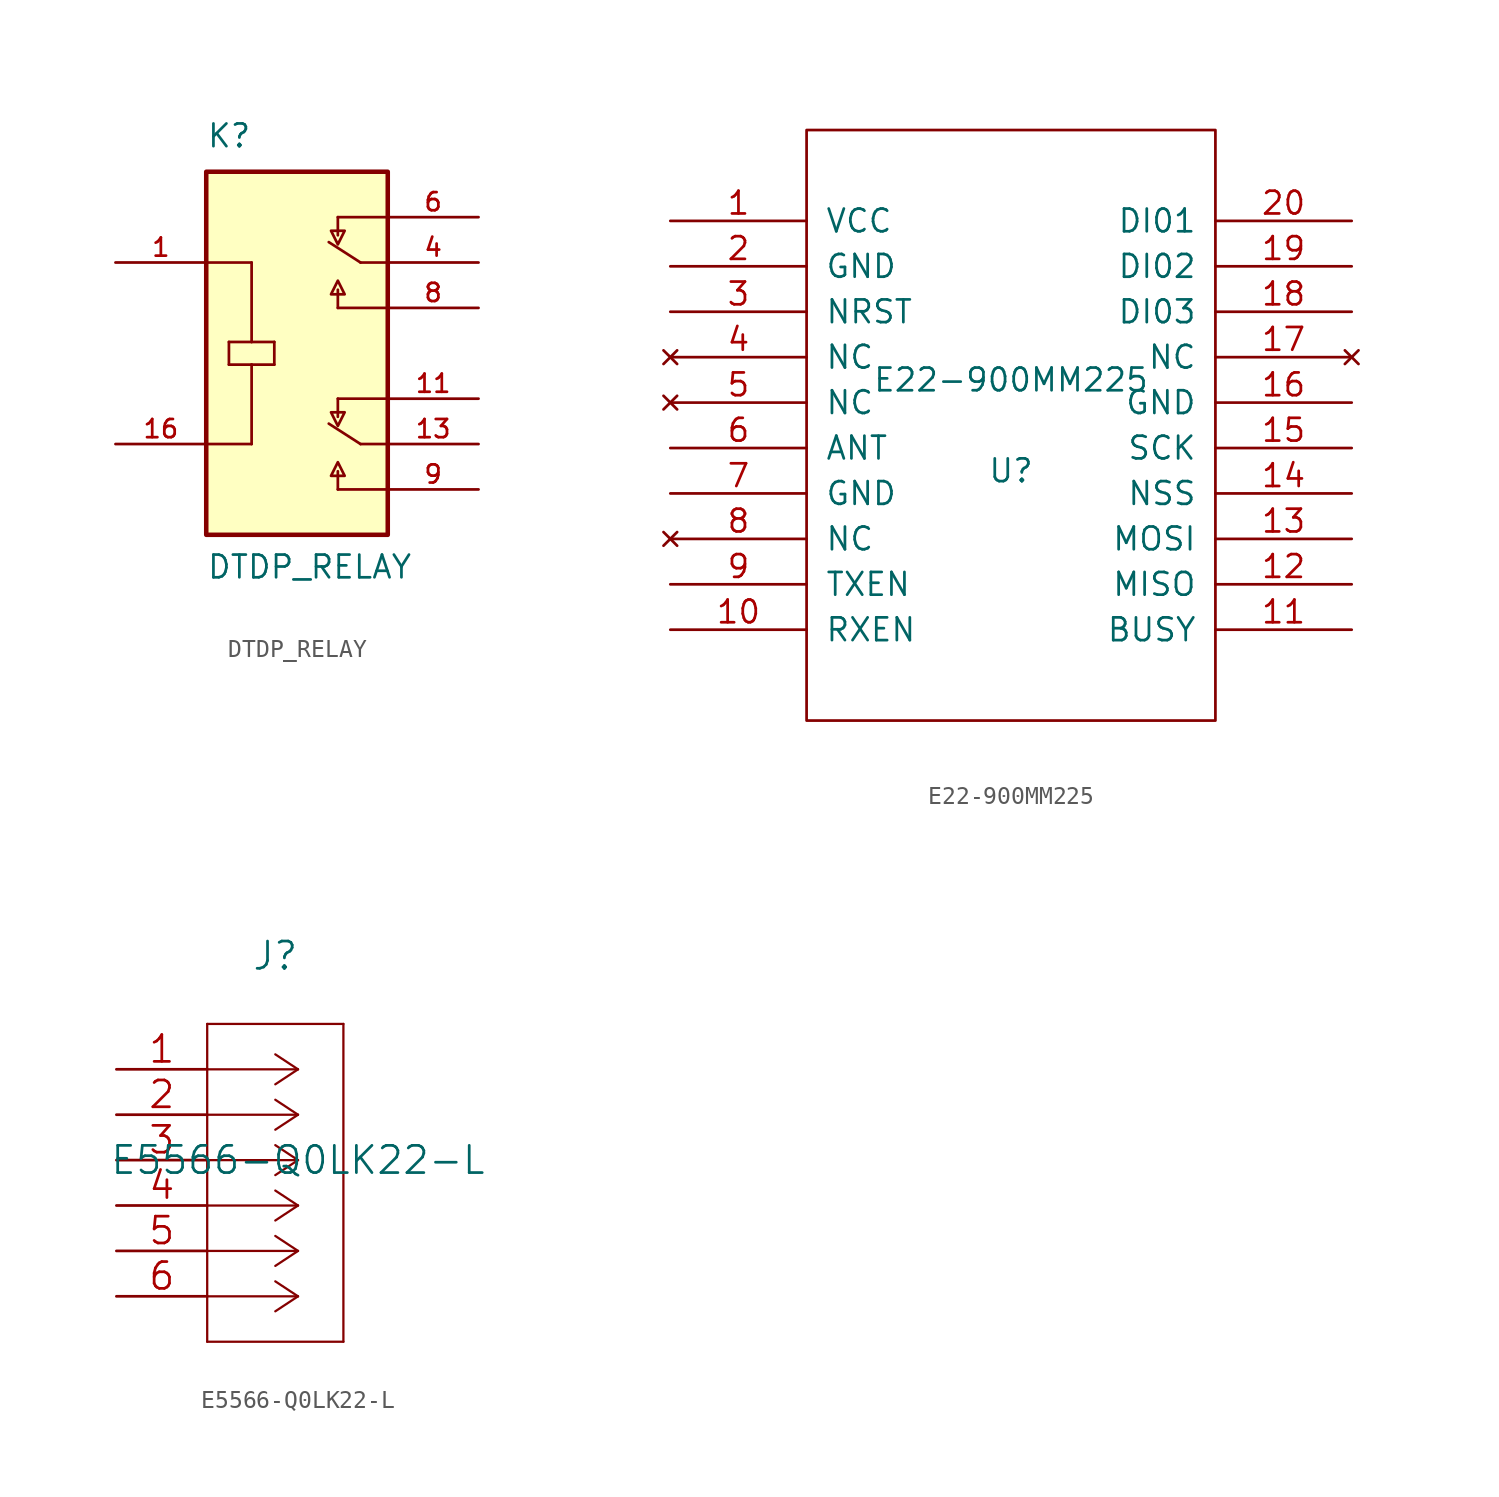
<source format=kicad_sym>
(kicad_symbol_lib
  (version 20220914)
  (generator kicad_symbol_editor)
  (symbol "DTDP_RELAY"
    (pin_names
      (offset 1.016) hide)
    (property "Reference" "K"
      (at -5.08 11.43 0)
      (effects (font (size 1.27 1.27)) (justify left bottom)))
    (property "Value" "DTDP_RELAY"
      (at -5.08 -12.7 0)
      (effects (font (size 1.27 1.27)) (justify left bottom)))
    (symbol "DTDP_RELAY_0_0"
      (rectangle (start -5.08 -10.16) (end 5.08 10.16) (stroke (width 0.254) (type solid)) (fill (type background)))
      (polyline (pts (xy -5.08 -5.08) (xy -2.54 -5.08)) (stroke (width 0.152) (type solid)) (fill (type none)))
      (polyline (pts (xy -5.08 5.08) (xy -2.54 5.08)) (stroke (width 0.152) (type solid)) (fill (type none)))
      (polyline (pts (xy -3.81 -0.635) (xy -3.81 0.635)) (stroke (width 0.152) (type solid)) (fill (type none)))
      (polyline (pts (xy -3.81 0.635) (xy -2.54 0.635)) (stroke (width 0.152) (type solid)) (fill (type none)))
      (polyline (pts (xy -2.54 -0.635) (xy -3.81 -0.635)) (stroke (width 0.152) (type solid)) (fill (type none)))
      (polyline (pts (xy -2.54 -0.635) (xy -2.54 -5.08)) (stroke (width 0.152) (type solid)) (fill (type none)))
      (polyline (pts (xy -2.54 0.635) (xy -1.27 0.635)) (stroke (width 0.152) (type solid)) (fill (type none)))
      (polyline (pts (xy -2.54 5.08) (xy -2.54 0.635)) (stroke (width 0.152) (type solid)) (fill (type none)))
      (polyline (pts (xy -1.27 -0.635) (xy -2.54 -0.635)) (stroke (width 0.152) (type solid)) (fill (type none)))
      (polyline (pts (xy -1.27 0.635) (xy -1.27 -0.635)) (stroke (width 0.152) (type solid)) (fill (type none)))
      (polyline (pts (xy 2.286 -7.62) (xy 2.286 -6.604)) (stroke (width 0.152) (type solid)) (fill (type none)))
      (polyline (pts (xy 2.286 -7.62) (xy 5.08 -7.62)) (stroke (width 0.152) (type solid)) (fill (type none)))
      (polyline (pts (xy 2.286 -2.54) (xy 2.286 -3.556)) (stroke (width 0.152) (type solid)) (fill (type none)))
      (polyline (pts (xy 2.286 -2.54) (xy 5.08 -2.54)) (stroke (width 0.152) (type solid)) (fill (type none)))
      (polyline (pts (xy 2.286 2.54) (xy 2.286 3.556)) (stroke (width 0.152) (type solid)) (fill (type none)))
      (polyline (pts (xy 2.286 2.54) (xy 5.08 2.54)) (stroke (width 0.152) (type solid)) (fill (type none)))
      (polyline (pts (xy 2.286 7.62) (xy 2.286 6.604)) (stroke (width 0.152) (type solid)) (fill (type none)))
      (polyline (pts (xy 2.286 7.62) (xy 5.08 7.62)) (stroke (width 0.152) (type solid)) (fill (type none)))
      (polyline (pts (xy 3.556 -5.08) (xy 1.778 -3.937)) (stroke (width 0.152) (type solid)) (fill (type none)))
      (polyline (pts (xy 3.556 5.08) (xy 1.778 6.223)) (stroke (width 0.152) (type solid)) (fill (type none)))
      (polyline (pts (xy 5.08 -5.08) (xy 3.556 -5.08)) (stroke (width 0.152) (type solid)) (fill (type none)))
      (polyline (pts (xy 5.08 5.08) (xy 3.556 5.08)) (stroke (width 0.152) (type solid)) (fill (type none)))
      (polyline (pts (xy 2.667 -6.858) (xy 1.905 -6.858) (xy 2.286 -6.096) (xy 2.667 -6.858)) (stroke (width 0.152) (type solid)) (fill (type background)))
      (polyline (pts (xy 2.667 -3.302) (xy 1.905 -3.302) (xy 2.286 -4.064) (xy 2.667 -3.302)) (stroke (width 0.152) (type solid)) (fill (type background)))
      (polyline (pts (xy 2.667 3.302) (xy 1.905 3.302) (xy 2.286 4.064) (xy 2.667 3.302)) (stroke (width 0.152) (type solid)) (fill (type background)))
      (polyline (pts (xy 2.667 6.858) (xy 1.905 6.858) (xy 2.286 6.096) (xy 2.667 6.858)) (stroke (width 0.152) (type solid)) (fill (type background)))
      (pin passive line (at -10.16 5.08 0) (length 5.08) (name "~" (effects (font (size 1.016 1.016)))) (number "1" (effects (font (size 1.016 1.016)))))
      (pin passive line (at 10.16 -2.54 180) (length 5.08) (name "~" (effects (font (size 1.016 1.016)))) (number "11" (effects (font (size 1.016 1.016)))))
      (pin passive line (at 10.16 -5.08 180) (length 5.08) (name "~" (effects (font (size 1.016 1.016)))) (number "13" (effects (font (size 1.016 1.016)))))
      (pin passive line (at -10.16 -5.08 0) (length 5.08) (name "~" (effects (font (size 1.016 1.016)))) (number "16" (effects (font (size 1.016 1.016)))))
      (pin passive line (at 10.16 5.08 180) (length 5.08) (name "~" (effects (font (size 1.016 1.016)))) (number "4" (effects (font (size 1.016 1.016)))))
      (pin passive line (at 10.16 7.62 180) (length 5.08) (name "~" (effects (font (size 1.016 1.016)))) (number "6" (effects (font (size 1.016 1.016)))))
      (pin passive line (at 10.16 2.54 180) (length 5.08) (name "~" (effects (font (size 1.016 1.016)))) (number "8" (effects (font (size 1.016 1.016)))))
      (pin passive line (at 10.16 -7.62 180) (length 5.08) (name "~" (effects (font (size 1.016 1.016)))) (number "9" (effects (font (size 1.016 1.016)))))))
  (symbol "E22-900MM225"
    (pin_names
      (offset 1.016))
    (property "Reference" "U"
      (at 0 -2.54 0)
      (effects (font (size 1.27 1.27))))
    (property "Value" "E22-900MM225"
      (at 0 2.54 0)
      (effects (font (size 1.27 1.27))))
    (symbol "E22-900MM225_1_0"
      (rectangle (start -11.43 -16.51) (end 11.43 16.51) (stroke (width 0) (type solid)) (fill (type none))))
    (symbol "E22-900MM225_1_1"
      (pin power_in line (at -19.05 11.43 0) (length 7.62) (name "VCC" (effects (font (size 1.27 1.27)))) (number "1" (effects (font (size 1.27 1.27)))))
      (pin input line (at -19.05 -11.43 0) (length 7.62) (name "RXEN" (effects (font (size 1.27 1.27)))) (number "10" (effects (font (size 1.27 1.27)))))
      (pin output line (at 19.05 -11.43 180) (length 7.62) (name "BUSY" (effects (font (size 1.27 1.27)))) (number "11" (effects (font (size 1.27 1.27)))))
      (pin output line (at 19.05 -8.89 180) (length 7.62) (name "MISO" (effects (font (size 1.27 1.27)))) (number "12" (effects (font (size 1.27 1.27)))))
      (pin input line (at 19.05 -6.35 180) (length 7.62) (name "MOSI" (effects (font (size 1.27 1.27)))) (number "13" (effects (font (size 1.27 1.27)))))
      (pin input line (at 19.05 -3.81 180) (length 7.62) (name "NSS" (effects (font (size 1.27 1.27)))) (number "14" (effects (font (size 1.27 1.27)))))
      (pin input line (at 19.05 -1.27 180) (length 7.62) (name "SCK" (effects (font (size 1.27 1.27)))) (number "15" (effects (font (size 1.27 1.27)))))
      (pin power_in line (at 19.05 1.27 180) (length 7.62) (name "GND" (effects (font (size 1.27 1.27)))) (number "16" (effects (font (size 1.27 1.27)))))
      (pin no_connect line (at 19.05 3.81 180) (length 7.62) (name "NC" (effects (font (size 1.27 1.27)))) (number "17" (effects (font (size 1.27 1.27)))))
      (pin bidirectional line (at 19.05 6.35 180) (length 7.62) (name "DI03" (effects (font (size 1.27 1.27)))) (number "18" (effects (font (size 1.27 1.27)))))
      (pin bidirectional line (at 19.05 8.89 180) (length 7.62) (name "DI02" (effects (font (size 1.27 1.27)))) (number "19" (effects (font (size 1.27 1.27)))))
      (pin power_in line (at -19.05 8.89 0) (length 7.62) (name "GND" (effects (font (size 1.27 1.27)))) (number "2" (effects (font (size 1.27 1.27)))))
      (pin bidirectional line (at 19.05 11.43 180) (length 7.62) (name "DI01" (effects (font (size 1.27 1.27)))) (number "20" (effects (font (size 1.27 1.27)))))
      (pin input line (at -19.05 6.35 0) (length 7.62) (name "NRST" (effects (font (size 1.27 1.27)))) (number "3" (effects (font (size 1.27 1.27)))))
      (pin no_connect line (at -19.05 3.81 0) (length 7.62) (name "NC" (effects (font (size 1.27 1.27)))) (number "4" (effects (font (size 1.27 1.27)))))
      (pin no_connect line (at -19.05 1.27 0) (length 7.62) (name "NC" (effects (font (size 1.27 1.27)))) (number "5" (effects (font (size 1.27 1.27)))))
      (pin bidirectional line (at -19.05 -1.27 0) (length 7.62) (name "ANT" (effects (font (size 1.27 1.27)))) (number "6" (effects (font (size 1.27 1.27)))))
      (pin power_in line (at -19.05 -3.81 0) (length 7.62) (name "GND" (effects (font (size 1.27 1.27)))) (number "7" (effects (font (size 1.27 1.27)))))
      (pin no_connect line (at -19.05 -6.35 0) (length 7.62) (name "NC" (effects (font (size 1.27 1.27)))) (number "8" (effects (font (size 1.27 1.27)))))
      (pin input line (at -19.05 -8.89 0) (length 7.62) (name "TXEN" (effects (font (size 1.27 1.27)))) (number "9" (effects (font (size 1.27 1.27)))))))
  (symbol "E5566-Q0LK22-L"
    (pin_names
      (offset 0.254) hide)
    (property "Reference" "J"
      (at -1.27 11.43 0)
      (effects (font (size 1.524 1.524))))
    (property "Value" "E5566-Q0LK22-L"
      (at 0 0 0)
      (effects (font (size 1.524 1.524))))
    (property "Datasheet" ""
      (at 0 0 0)
      (effects (font (size 1.524 1.524))))
    (property "ki_locked" ""
      (at 0 0 0)
      (effects (font (size 1.27 1.27))))
    (symbol "E5566-Q0LK22-L_1_1"
      (polyline (pts (xy -5.08 -10.16) (xy 2.54 -10.16)) (stroke (width 0.127) (type solid)) (fill (type none)))
      (polyline (pts (xy -5.08 7.62) (xy -5.08 -10.16)) (stroke (width 0.127) (type solid)) (fill (type none)))
      (polyline (pts (xy 0 -7.62) (xy -5.08 -7.62)) (stroke (width 0.127) (type solid)) (fill (type none)))
      (polyline (pts (xy 0 -7.62) (xy -1.27 -8.458)) (stroke (width 0.127) (type solid)) (fill (type none)))
      (polyline (pts (xy 0 -7.62) (xy -1.27 -6.782)) (stroke (width 0.127) (type solid)) (fill (type none)))
      (polyline (pts (xy 0 -5.08) (xy -5.08 -5.08)) (stroke (width 0.127) (type solid)) (fill (type none)))
      (polyline (pts (xy 0 -5.08) (xy -1.27 -5.918)) (stroke (width 0.127) (type solid)) (fill (type none)))
      (polyline (pts (xy 0 -5.08) (xy -1.27 -4.242)) (stroke (width 0.127) (type solid)) (fill (type none)))
      (polyline (pts (xy 0 -2.54) (xy -5.08 -2.54)) (stroke (width 0.127) (type solid)) (fill (type none)))
      (polyline (pts (xy 0 -2.54) (xy -1.27 -3.378)) (stroke (width 0.127) (type solid)) (fill (type none)))
      (polyline (pts (xy 0 -2.54) (xy -1.27 -1.702)) (stroke (width 0.127) (type solid)) (fill (type none)))
      (polyline (pts (xy 0 0) (xy -5.08 0)) (stroke (width 0.127) (type solid)) (fill (type none)))
      (polyline (pts (xy 0 0) (xy -1.27 -0.838)) (stroke (width 0.127) (type solid)) (fill (type none)))
      (polyline (pts (xy 0 0) (xy -1.27 0.838)) (stroke (width 0.127) (type solid)) (fill (type none)))
      (polyline (pts (xy 0 2.54) (xy -5.08 2.54)) (stroke (width 0.127) (type solid)) (fill (type none)))
      (polyline (pts (xy 0 2.54) (xy -1.27 1.702)) (stroke (width 0.127) (type solid)) (fill (type none)))
      (polyline (pts (xy 0 2.54) (xy -1.27 3.378)) (stroke (width 0.127) (type solid)) (fill (type none)))
      (polyline (pts (xy 0 5.08) (xy -5.08 5.08)) (stroke (width 0.127) (type solid)) (fill (type none)))
      (polyline (pts (xy 0 5.08) (xy -1.27 4.242)) (stroke (width 0.127) (type solid)) (fill (type none)))
      (polyline (pts (xy 0 5.08) (xy -1.27 5.918)) (stroke (width 0.127) (type solid)) (fill (type none)))
      (polyline (pts (xy 2.54 -10.16) (xy 2.54 7.62)) (stroke (width 0.127) (type solid)) (fill (type none)))
      (polyline (pts (xy 2.54 7.62) (xy -5.08 7.62)) (stroke (width 0.127) (type solid)) (fill (type none)))
      (pin unspecified line (at -10.16 5.08 0) (length 5.08) (name "1" (effects (font (size 1.499 1.499)))) (number "1" (effects (font (size 1.499 1.499)))))
      (pin unspecified line (at -10.16 2.54 0) (length 5.08) (name "2" (effects (font (size 1.499 1.499)))) (number "2" (effects (font (size 1.499 1.499)))))
      (pin unspecified line (at -10.16 0 0) (length 5.08) (name "3" (effects (font (size 1.499 1.499)))) (number "3" (effects (font (size 1.499 1.499)))))
      (pin unspecified line (at -10.16 -2.54 0) (length 5.08) (name "4" (effects (font (size 1.499 1.499)))) (number "4" (effects (font (size 1.499 1.499)))))
      (pin unspecified line (at -10.16 -5.08 0) (length 5.08) (name "5" (effects (font (size 1.499 1.499)))) (number "5" (effects (font (size 1.499 1.499)))))
      (pin unspecified line (at -10.16 -7.62 0) (length 5.08) (name "6" (effects (font (size 1.499 1.499)))) (number "6" (effects (font (size 1.499 1.499))))))))
</source>
